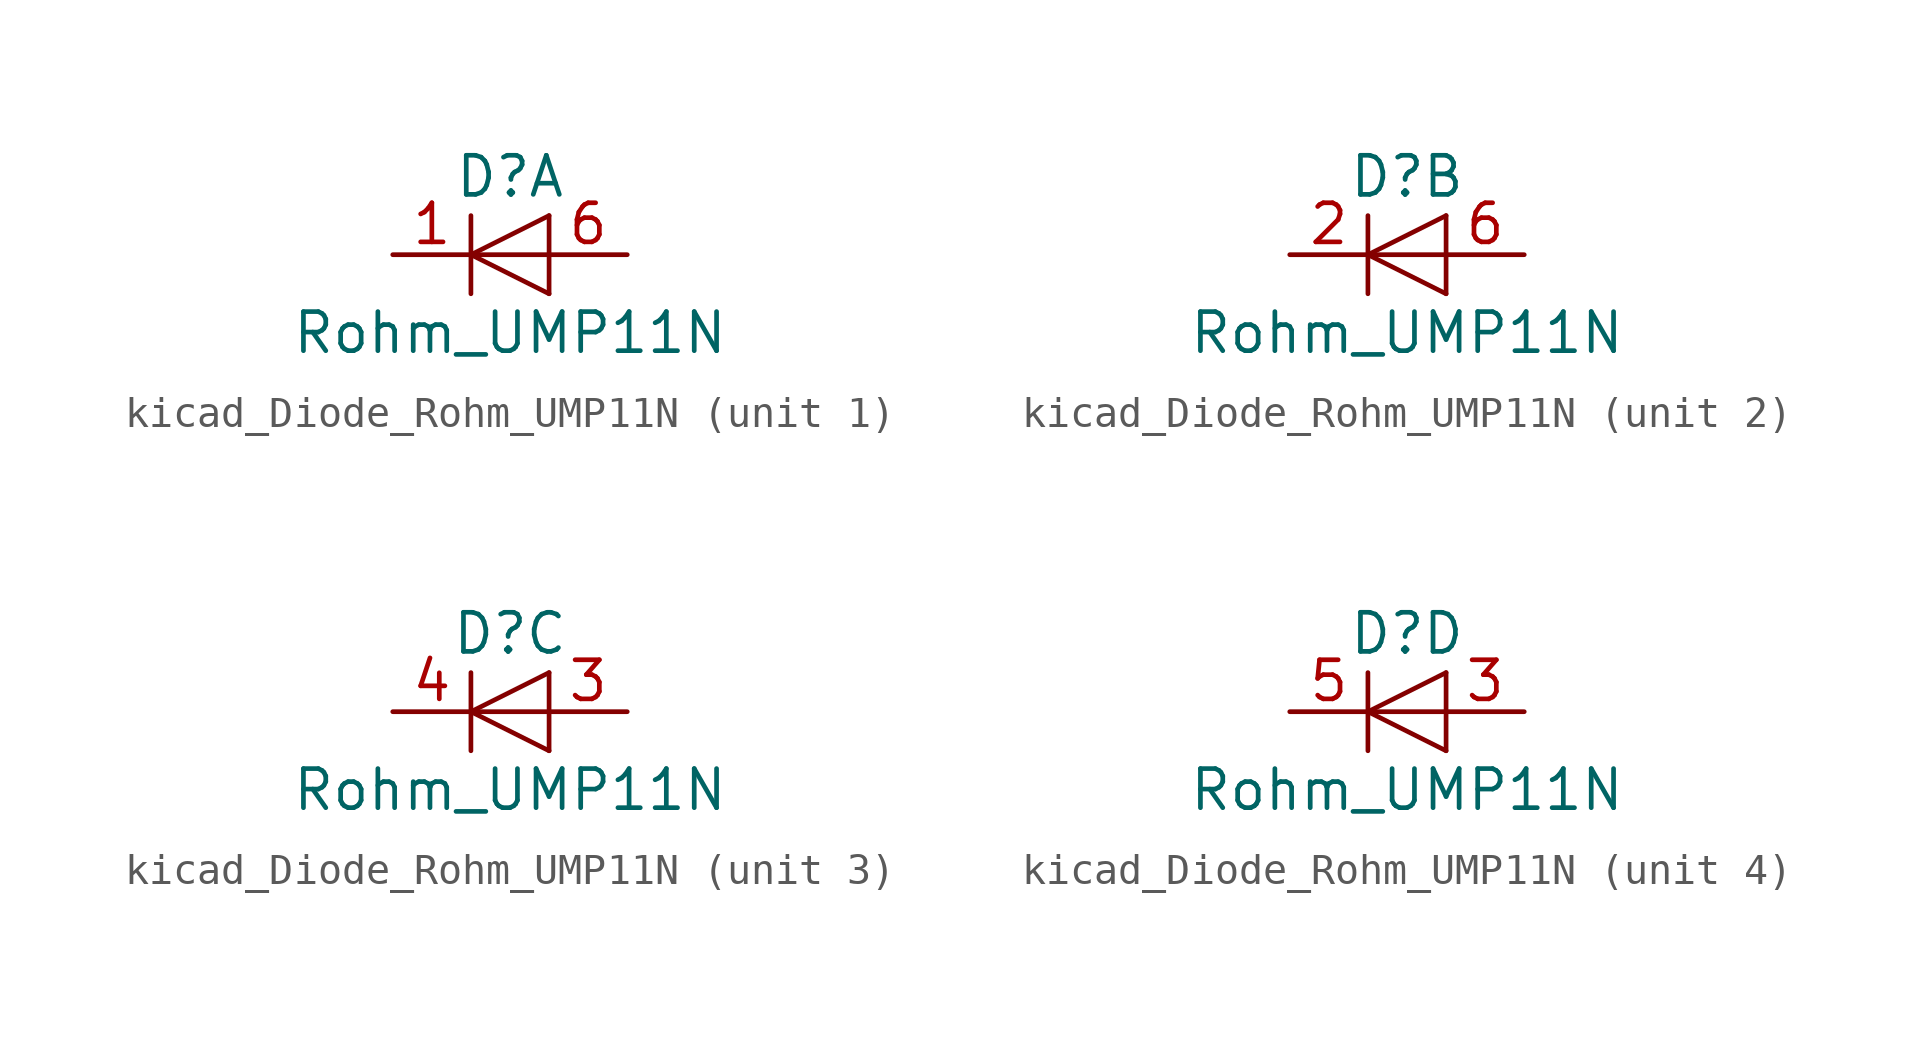
<source format=kicad_sym>
(kicad_symbol_lib
  (version 20220914)
  (generator kicad_symbol_editor)
  (symbol "kicad_Diode_Rohm_UMP11N"
    (pin_names
      (offset 1.016) hide)
    (property "Reference" "D"
      (at 0 2.54 0)
      (effects (font (size 1.27 1.27))))
    (property "Value" "Rohm_UMP11N"
      (at 0 -2.54 0)
      (effects (font (size 1.27 1.27))))
    (symbol "kicad_Diode_Rohm_UMP11N_0_1"
      (polyline (pts (xy -1.27 1.27) (xy -1.27 -1.27)) (stroke (width 0.152) (type default)) (fill (type none)))
      (polyline (pts (xy 1.27 -1.27) (xy 1.27 1.27)) (stroke (width 0) (type default)) (fill (type none)))
      (polyline (pts (xy 1.27 0) (xy -1.27 0)) (stroke (width 0) (type default)) (fill (type none)))
      (polyline (pts (xy 1.27 1.27) (xy -1.27 0) (xy 1.27 -1.27)) (stroke (width 0) (type default)) (fill (type none))))
    (symbol "kicad_Diode_Rohm_UMP11N_1_1"
      (pin passive line (at -3.81 0 0) (length 2.54) (name "K" (effects (font (size 1.27 1.27)))) (number "1" (effects (font (size 1.27 1.27)))))
      (pin passive line (at 3.81 0 180) (length 2.54) (name "A" (effects (font (size 1.27 1.27)))) (number "6" (effects (font (size 1.27 1.27))))))
    (symbol "kicad_Diode_Rohm_UMP11N_2_1"
      (pin passive line (at -3.81 0 0) (length 2.54) (name "K" (effects (font (size 1.27 1.27)))) (number "2" (effects (font (size 1.27 1.27)))))
      (pin passive line (at 3.81 0 180) (length 2.54) (name "A" (effects (font (size 1.27 1.27)))) (number "6" (effects (font (size 1.27 1.27))))))
    (symbol "kicad_Diode_Rohm_UMP11N_3_1"
      (pin passive line (at 3.81 0 180) (length 2.54) (name "A" (effects (font (size 1.27 1.27)))) (number "3" (effects (font (size 1.27 1.27)))))
      (pin passive line (at -3.81 0 0) (length 2.54) (name "K" (effects (font (size 1.27 1.27)))) (number "4" (effects (font (size 1.27 1.27))))))
    (symbol "kicad_Diode_Rohm_UMP11N_4_1"
      (pin passive line (at 3.81 0 180) (length 2.54) (name "A" (effects (font (size 1.27 1.27)))) (number "3" (effects (font (size 1.27 1.27)))))
      (pin passive line (at -3.81 0 0) (length 2.54) (name "K" (effects (font (size 1.27 1.27)))) (number "5" (effects (font (size 1.27 1.27))))))))
</source>
